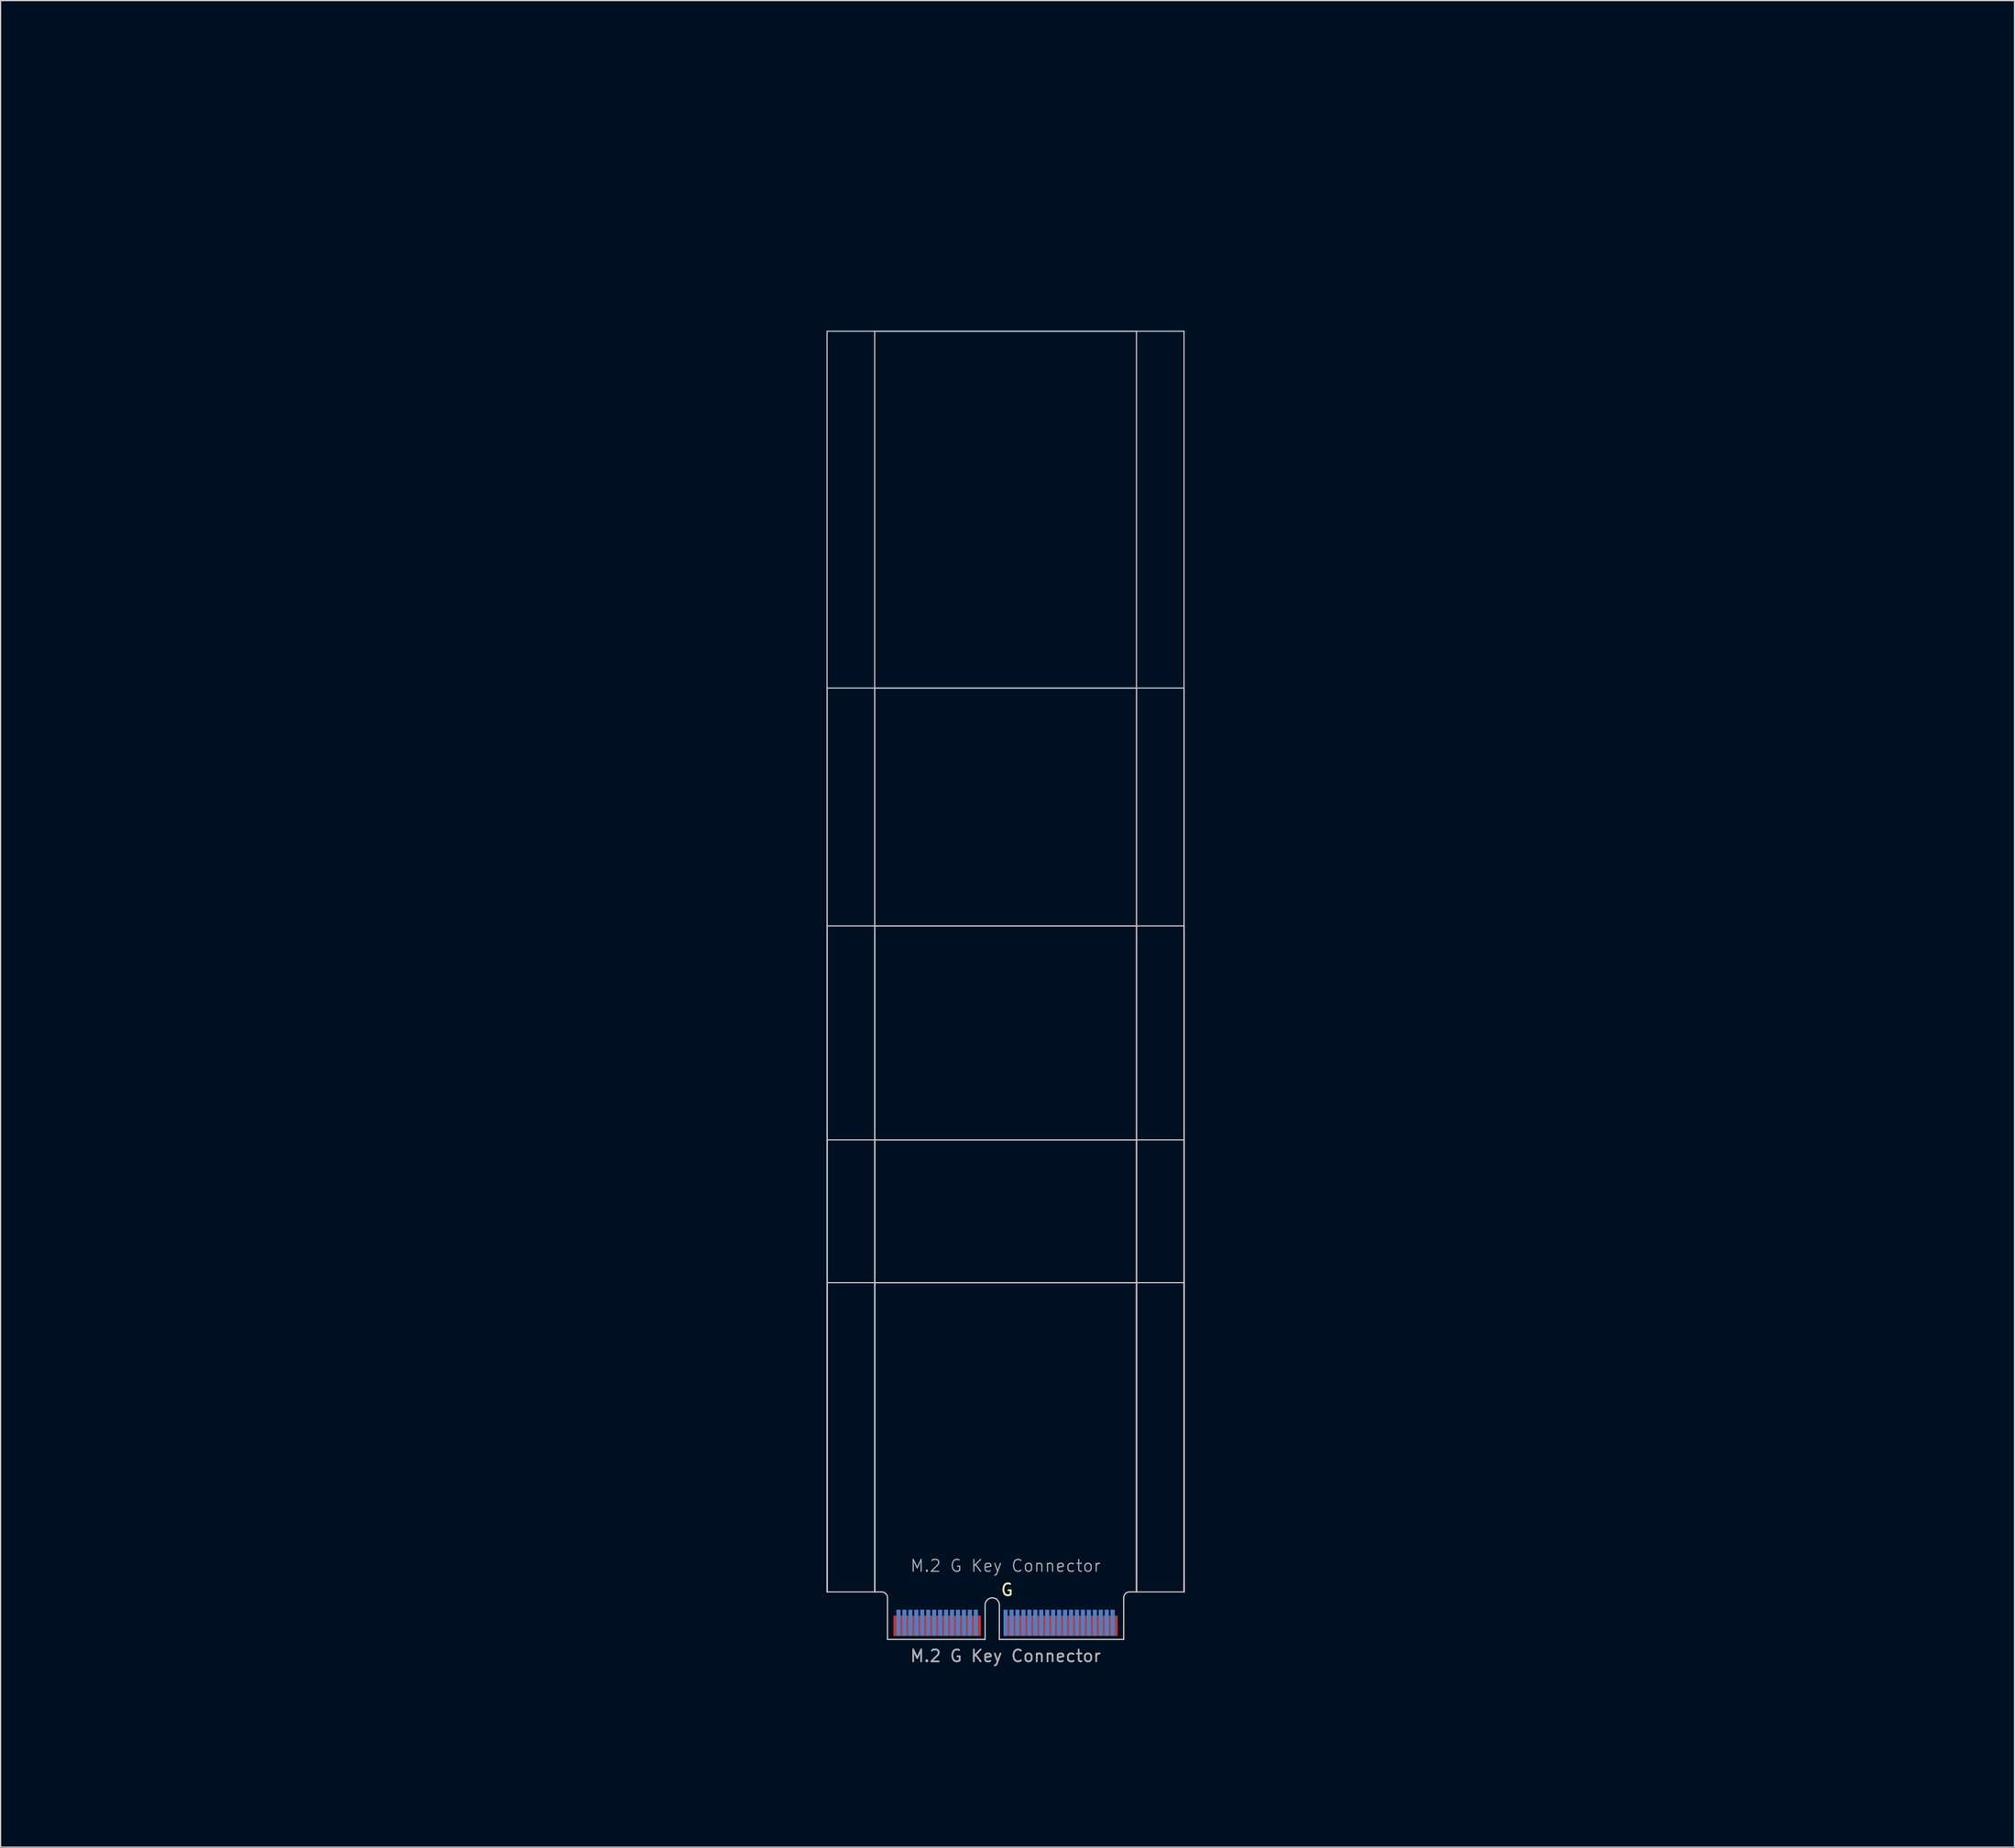
<source format=kicad_pcb>
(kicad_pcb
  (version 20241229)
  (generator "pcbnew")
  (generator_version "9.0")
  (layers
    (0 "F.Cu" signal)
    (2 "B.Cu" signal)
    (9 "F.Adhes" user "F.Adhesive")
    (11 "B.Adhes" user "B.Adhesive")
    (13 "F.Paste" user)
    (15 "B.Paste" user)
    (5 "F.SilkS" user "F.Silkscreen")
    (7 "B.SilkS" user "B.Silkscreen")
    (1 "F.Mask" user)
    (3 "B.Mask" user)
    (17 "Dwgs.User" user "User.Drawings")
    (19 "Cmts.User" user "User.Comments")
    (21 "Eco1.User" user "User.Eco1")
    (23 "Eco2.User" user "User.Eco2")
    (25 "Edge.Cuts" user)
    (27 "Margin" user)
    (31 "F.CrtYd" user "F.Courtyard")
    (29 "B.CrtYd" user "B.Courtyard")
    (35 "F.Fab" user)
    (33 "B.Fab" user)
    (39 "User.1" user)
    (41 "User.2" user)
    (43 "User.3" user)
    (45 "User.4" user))
  (footprint "M.2 G Key Connector"
    (layer "F.Cu")
    (at 81.459 133.687)
    (property "Reference" "M.2 G Key Connector" (at 0 -5.08 0) (unlocked yes) (layer "F.Fab") (effects (font (size 1 1) (thickness 0.1))))
    (attr exclude_from_pos_files exclude_from_bom)
    (fp_rect (start -9.925 -0.94) (end 9.925 1.11) (stroke (width 0) (type default)) (fill yes) (layer "F.Mask"))
    (fp_rect (start -9.925 -1.44) (end 9.925 1.11) (stroke (width 0) (type default)) (fill yes) (layer "B.Mask"))
    (fp_line (start -15 -108.89) (end 15 -108.89) (stroke (width 0.1) (type default)) (layer "Dwgs.User"))
    (fp_line (start -15 -78.89) (end 15 -78.89) (stroke (width 0.1) (type default)) (layer "Dwgs.User"))
    (fp_line (start -15 -58.89) (end 15 -58.89) (stroke (width 0.1) (type default)) (layer "Dwgs.User"))
    (fp_line (start -15 -40.89) (end 15 -40.89) (stroke (width 0.1) (type default)) (layer "Dwgs.User"))
    (fp_line (start -15 -28.89) (end 15 -28.89) (stroke (width 0.1) (type default)) (layer "Dwgs.User"))
    (fp_line (start -15 -2.89) (end -15 -108.89) (stroke (width 0.1) (type default)) (layer "Dwgs.User"))
    (fp_line (start -15 -2.89) (end -15 -78.89) (stroke (width 0.1) (type default)) (layer "Dwgs.User"))
    (fp_line (start -15 -2.89) (end -15 -58.89) (stroke (width 0.1) (type default)) (layer "Dwgs.User"))
    (fp_line (start -15 -2.89) (end -15 -40.89) (stroke (width 0.1) (type default)) (layer "Dwgs.User"))
    (fp_line (start -15 -2.89) (end -15 -28.89) (stroke (width 0.1) (type default)) (layer "Dwgs.User"))
    (fp_line (start -11 -108.89) (end 11 -108.89) (stroke (width 0.1) (type default)) (layer "Dwgs.User"))
    (fp_line (start -11 -78.89) (end 11 -78.89) (stroke (width 0.1) (type default)) (layer "Dwgs.User"))
    (fp_line (start -11 -58.89) (end 11 -58.89) (stroke (width 0.1) (type default)) (layer "Dwgs.User"))
    (fp_line (start -11 -40.89) (end 11 -40.89) (stroke (width 0.1) (type default)) (layer "Dwgs.User"))
    (fp_line (start -11 -28.89) (end 11 -28.89) (stroke (width 0.1) (type default)) (layer "Dwgs.User"))
    (fp_line (start -11 -2.89) (end -15 -2.89) (stroke (width 0.1) (type default)) (layer "Dwgs.User"))
    (fp_line (start -11 -2.89) (end -11 -108.89) (stroke (width 0.1) (type default)) (layer "Dwgs.User"))
    (fp_line (start -11 -2.89) (end -11 -78.89) (stroke (width 0.1) (type default)) (layer "Dwgs.User"))
    (fp_line (start -11 -2.89) (end -11 -58.89) (stroke (width 0.1) (type default)) (layer "Dwgs.User"))
    (fp_line (start -11 -2.89) (end -11 -40.89) (stroke (width 0.1) (type default)) (layer "Dwgs.User"))
    (fp_line (start -11 -2.89) (end -11 -28.89) (stroke (width 0.1) (type default)) (layer "Dwgs.User"))
    (fp_line (start 11 -108.89) (end 11 -2.89) (stroke (width 0.1) (type default)) (layer "Dwgs.User"))
    (fp_line (start 11 -78.89) (end 11 -2.89) (stroke (width 0.1) (type default)) (layer "Dwgs.User"))
    (fp_line (start 11 -58.89) (end 11 -2.89) (stroke (width 0.1) (type default)) (layer "Dwgs.User"))
    (fp_line (start 11 -40.89) (end 11 -2.89) (stroke (width 0.1) (type default)) (layer "Dwgs.User"))
    (fp_line (start 11 -28.89) (end 11 -2.89) (stroke (width 0.1) (type default)) (layer "Dwgs.User"))
    (fp_line (start 11 -2.89) (end 15 -2.89) (stroke (width 0.1) (type default)) (layer "Dwgs.User"))
    (fp_line (start 15 -108.89) (end 15 -2.89) (stroke (width 0.1) (type default)) (layer "Dwgs.User"))
    (fp_line (start 15 -78.89) (end 15 -2.89) (stroke (width 0.1) (type default)) (layer "Dwgs.User"))
    (fp_line (start 15 -40.89) (end 15 -2.89) (stroke (width 0.1) (type default)) (layer "Dwgs.User"))
    (fp_line (start 15 -28.89) (end 15 -2.89) (stroke (width 0.1) (type default)) (layer "Dwgs.User"))
    (fp_line (start 15 -2.89) (end 15 -58.89) (stroke (width 0.1) (type default)) (layer "Dwgs.User"))
    (fp_line (start -11 -2.89) (end -10.425 -2.89) (stroke (width 0.1) (type default)) (layer "Edge.Cuts"))
    (fp_line (start -9.925 -2.39) (end -9.925 1.11) (stroke (width 0.1) (type default)) (layer "Edge.Cuts"))
    (fp_line (start -1.72 -1.79) (end -1.72 1.11) (stroke (width 0.1) (type default)) (layer "Edge.Cuts"))
    (fp_line (start -1.72 1.11) (end -9.925 1.11) (stroke (width 0.1) (type default)) (layer "Edge.Cuts"))
    (fp_line (start -0.52 -1.79) (end -0.52 1.11) (stroke (width 0.1) (type default)) (layer "Edge.Cuts"))
    (fp_line (start -0.52 1.11) (end 9.925 1.11) (stroke (width 0.1) (type default)) (layer "Edge.Cuts"))
    (fp_line (start 9.925 -2.39) (end 9.925 1.11) (stroke (width 0.1) (type default)) (layer "Edge.Cuts"))
    (fp_line (start 10.425 -2.89) (end 11 -2.89) (stroke (width 0.1) (type default)) (layer "Edge.Cuts"))
    (fp_arc (start -10.425 -2.89) (mid -10.071447 -2.743553) (end -9.925 -2.39) (stroke (width 0.1) (type default)) (layer "Edge.Cuts"))
    (fp_arc (start -1.72 -1.79) (mid -1.12 -2.39) (end -0.52 -1.79) (stroke (width 0.1) (type default)) (layer "Edge.Cuts"))
    (fp_arc (start 9.925 -2.39) (mid 10.071447 -2.743553) (end 10.425 -2.89) (stroke (width 0.1) (type default)) (layer "Edge.Cuts"))
    (fp_line (start -0.71 -109.6) (end 0.71 -108.18) (stroke (width 0.15) (type default)) (layer "User.3"))
    (fp_line (start -0.71 -79.6) (end 0.71 -78.18) (stroke (width 0.15) (type default)) (layer "User.3"))
    (fp_line (start -0.71 -59.6) (end 0.71 -58.18) (stroke (width 0.15) (type default)) (layer "User.3"))
    (fp_line (start -0.71 -41.6) (end 0.71 -40.18) (stroke (width 0.15) (type default)) (layer "User.3"))
    (fp_line (start -0.71 -29.6) (end 0.71 -28.18) (stroke (width 0.15) (type default)) (layer "User.3"))
    (fp_line (start 0.71 -109.6) (end -0.71 -108.18) (stroke (width 0.15) (type default)) (layer "User.3"))
    (fp_line (start 0.71 -79.6) (end -0.71 -78.18) (stroke (width 0.15) (type default)) (layer "User.3"))
    (fp_line (start 0.71 -59.6) (end -0.71 -58.18) (stroke (width 0.15) (type default)) (layer "User.3"))
    (fp_line (start 0.71 -41.6) (end -0.71 -40.18) (stroke (width 0.15) (type default)) (layer "User.3"))
    (fp_line (start 0.71 -29.6) (end -0.71 -28.18) (stroke (width 0.15) (type default)) (layer "User.3"))
    (fp_rect (start -15 -108.89) (end 15 -105.09) (stroke (width 0.1) (type default)) (fill no) (layer "User.4"))
    (fp_rect (start -15 -78.89) (end 15 -75.09) (stroke (width 0.1) (type default)) (fill no) (layer "User.4"))
    (fp_rect (start -15 -58.89) (end 15 -55.09) (stroke (width 0.1) (type default)) (fill no) (layer "User.4"))
    (fp_rect (start -15 -40.89) (end 15 -37.09) (stroke (width 0.1) (type default)) (fill no) (layer "User.4"))
    (fp_rect (start -15 -28.89) (end 15 -25.09) (stroke (width 0.1) (type default)) (fill no) (layer "User.4"))
    (fp_text user "G" (at -0.475 -2.47 0) (unlocked yes) (layer "F.SilkS") (effects (font (size 1 1) (thickness 0.15)) (justify left bottom)))
    (fp_text user "${REFERENCE}" (at 0 2.5 0) (unlocked yes) (layer "F.Fab") (effects (font (size 1 1) (thickness 0.15))))
    (fp_text user "22, 30mm width and 30, 42, 60, 80, 110mm length shown in Blue (User.2 Layer)" (at 0.02 14.055 0) (unlocked yes) (layer "User.2") (effects (font (size 2 2) (thickness 0.2))))
    (fp_text user "Place grounded \"M.2 Mounting Pad\" footprint from library on Teal (User.3 Layer) X's" (at -0.13 9.4 0) (unlocked yes) (layer "User.3") (effects (font (size 2 2) (thickness 0.2))))
    (fp_text user "Yellow areas (User.4 Layer) reserverd for RF recepticals or for components when no RF recepticals used." (at 0.165 4.83 0) (unlocked yes) (layer "User.4") (effects (font (size 2 2) (thickness 0.2))))
    (dimension (type orthogonal) (layer "User.2") (pts (xy 70.459 24.797) (xy 92.459 24.797)) (height -12.48) (orientation 0) (format (prefix "") (suffix "") (units 3) (units_format 0) (precision 4) (suppress_zeroes yes)) (style (thickness 0.1) (arrow_length 1.27) (text_position_mode 0) (arrow_direction outward) (extension_height 0.586) (extension_offset 0.5) (keep_text_aligned yes)) (gr_text "22" (at 81.459 8.917 0) (layer "User.2") (effects (font (size 3 3) (thickness 0.4)))))
    (dimension (type orthogonal) (layer "User.2") (pts (xy 91.384 134.797) (xy 91.384 74.797)) (height 45.245) (orientation 1) (format (prefix "") (suffix "") (units 3) (units_format 0) (precision 4) (suppress_zeroes yes)) (style (thickness 0.1) (arrow_length 1.27) (text_position_mode 0) (arrow_direction outward) (extension_height 0.586) (extension_offset 0.5) (keep_text_aligned yes)) (gr_text "60" (at 133.329 104.797 90) (layer "User.2") (effects (font (size 3 3) (thickness 0.3)))))
    (dimension (type orthogonal) (layer "User.2") (pts (xy 91.369 134.797) (xy 91.369 54.797)) (height 58.985) (orientation 1) (format (prefix "") (suffix "") (units 3) (units_format 0) (precision 4) (suppress_zeroes yes)) (style (thickness 0.1) (arrow_length 1.27) (text_position_mode 0) (arrow_direction outward) (extension_height 0.586) (extension_offset 0.5) (keep_text_aligned yes)) (gr_text "80" (at 147.054 94.797 90) (layer "User.2") (effects (font (size 3 3) (thickness 0.3)))))
    (dimension (type orthogonal) (layer "User.2") (pts (xy 91.384 134.797) (xy 91.384 104.797)) (height 20.795) (orientation 1) (format (prefix "") (suffix "") (units 3) (units_format 0) (precision 4) (suppress_zeroes yes)) (style (thickness 0.1) (arrow_length 1.27) (text_position_mode 0) (arrow_direction outward) (extension_height 0.586) (extension_offset 0.5) (keep_text_aligned yes)) (gr_text "30" (at 108.879 119.797 90) (layer "User.2") (effects (font (size 3 3) (thickness 0.3)))))
    (dimension (type orthogonal) (layer "User.2") (pts (xy 91.384 134.797) (xy 91.384 92.797)) (height 32.695) (orientation 1) (format (prefix "") (suffix "") (units 3) (units_format 0) (precision 4) (suppress_zeroes yes)) (style (thickness 0.1) (arrow_length 1.27) (text_position_mode 0) (arrow_direction outward) (extension_height 0.586) (extension_offset 0.5) (keep_text_aligned yes)) (gr_text "42" (at 120.779 113.797 90) (layer "User.2") (effects (font (size 3 3) (thickness 0.3)))))
    (dimension (type orthogonal) (layer "User.2") (pts (xy 66.459 23.687) (xy 96.459 23.687)) (height -17.83) (orientation 0) (format (prefix "") (suffix "") (units 3) (units_format 0) (precision 4) (suppress_zeroes yes)) (style (thickness 0.1) (arrow_length 1.27) (text_position_mode 0) (arrow_direction outward) (extension_height 0.586) (extension_offset 0.5) (keep_text_aligned yes)) (gr_text "30" (at 81.459 2.457 0) (layer "User.2") (effects (font (size 3 3) (thickness 0.4)))))
    (dimension (type orthogonal) (layer "User.2") (pts (xy 91.384 134.797) (xy 91.384 24.797)) (height 69.74) (orientation 1) (format (prefix "") (suffix "") (units 3) (units_format 0) (precision 4) (suppress_zeroes yes)) (style (thickness 0.1) (arrow_length 1.27) (text_position_mode 0) (arrow_direction outward) (extension_height 0.586) (extension_offset 0.5) (keep_text_aligned yes)) (gr_text "110" (at 157.824 79.797 90) (layer "User.2") (effects (font (size 3 3) (thickness 0.3)))))
    (pad "1" smd rect (at 9.25 -0.04 180) (size 0.35 1.7) (layers "F.Cu"))
    (pad "2" smd rect (at 9 -0.29 180) (size 0.35 2.2) (layers "B.Cu"))
    (pad "3" smd rect (at 8.75 -0.04 180) (size 0.35 1.7) (layers "F.Cu"))
    (pad "4" smd rect (at 8.5 -0.29 180) (size 0.35 2.2) (layers "B.Cu"))
    (pad "5" smd rect (at 8.25 -0.04 180) (size 0.35 1.7) (layers "F.Cu"))
    (pad "6" smd rect (at 8 -0.29 180) (size 0.35 2.2) (layers "B.Cu"))
    (pad "7" smd rect (at 7.75 -0.04 180) (size 0.35 1.7) (layers "F.Cu"))
    (pad "8" smd rect (at 7.5 -0.29 180) (size 0.35 2.2) (layers "B.Cu"))
    (pad "9" smd rect (at 7.25 -0.04 180) (size 0.35 1.7) (layers "F.Cu"))
    (pad "10" smd rect (at 7 -0.29 180) (size 0.35 2.2) (layers "B.Cu"))
    (pad "11" smd rect (at 6.75 -0.04 180) (size 0.35 1.7) (layers "F.Cu"))
    (pad "12" smd rect (at 6.5 -0.29 180) (size 0.35 2.2) (layers "B.Cu"))
    (pad "13" smd rect (at 6.25 -0.04 180) (size 0.35 1.7) (layers "F.Cu"))
    (pad "14" smd rect (at 6 -0.29 180) (size 0.35 2.2) (layers "B.Cu"))
    (pad "15" smd rect (at 5.75 -0.04 180) (size 0.35 1.7) (layers "F.Cu"))
    (pad "16" smd rect (at 5.5 -0.29 180) (size 0.35 2.2) (layers "B.Cu"))
    (pad "17" smd rect (at 5.25 -0.04 180) (size 0.35 1.7) (layers "F.Cu"))
    (pad "18" smd rect (at 5 -0.29 180) (size 0.35 2.2) (layers "B.Cu"))
    (pad "19" smd rect (at 4.75 -0.04 180) (size 0.35 1.7) (layers "F.Cu"))
    (pad "20" smd rect (at 4.5 -0.29 180) (size 0.35 2.2) (layers "B.Cu"))
    (pad "21" smd rect (at 4.25 -0.04 180) (size 0.35 1.7) (layers "F.Cu"))
    (pad "22" smd rect (at 4 -0.29 180) (size 0.35 2.2) (layers "B.Cu"))
    (pad "23" smd rect (at 3.75 -0.04 180) (size 0.35 1.7) (layers "F.Cu"))
    (pad "24" smd rect (at 3.5 -0.29 180) (size 0.35 2.2) (layers "B.Cu"))
    (pad "25" smd rect (at 3.25 -0.04 180) (size 0.35 1.7) (layers "F.Cu"))
    (pad "26" smd rect (at 3 -0.29 180) (size 0.35 2.2) (layers "B.Cu"))
    (pad "27" smd rect (at 2.75 -0.04 180) (size 0.35 1.7) (layers "F.Cu"))
    (pad "28" smd rect (at 2.5 -0.29 180) (size 0.35 2.2) (layers "B.Cu"))
    (pad "29" smd rect (at 2.25 -0.04 180) (size 0.35 1.7) (layers "F.Cu"))
    (pad "30" smd rect (at 2 -0.29 180) (size 0.35 2.2) (layers "B.Cu"))
    (pad "31" smd rect (at 1.75 -0.04 180) (size 0.35 1.7) (layers "F.Cu"))
    (pad "32" smd rect (at 1.5 -0.29 180) (size 0.35 2.2) (layers "B.Cu"))
    (pad "33" smd rect (at 1.25 -0.04 180) (size 0.35 1.7) (layers "F.Cu"))
    (pad "34" smd rect (at 1 -0.29 180) (size 0.35 2.2) (layers "B.Cu"))
    (pad "35" smd rect (at 0.75 -0.04 180) (size 0.35 1.7) (layers "F.Cu"))
    (pad "36" smd rect (at 0.5 -0.29 180) (size 0.35 2.2) (layers "B.Cu"))
    (pad "37" smd rect (at 0.25 -0.04 180) (size 0.35 1.7) (layers "F.Cu"))
    (pad "38" smd rect (at 0 -0.29 180) (size 0.35 2.2) (layers "B.Cu"))
    (pad "47" smd rect (at -2.25 -0.04 180) (size 0.35 1.7) (layers "F.Cu"))
    (pad "48" smd rect (at -2.5 -0.29 180) (size 0.35 2.2) (layers "B.Cu"))
    (pad "49" smd rect (at -2.75 -0.04 180) (size 0.35 1.7) (layers "F.Cu"))
    (pad "50" smd rect (at -3 -0.29 180) (size 0.35 2.2) (layers "B.Cu"))
    (pad "51" smd rect (at -3.25 -0.04 180) (size 0.35 1.7) (layers "F.Cu"))
    (pad "52" smd rect (at -3.5 -0.29 180) (size 0.35 2.2) (layers "B.Cu"))
    (pad "53" smd rect (at -3.75 -0.04 180) (size 0.35 1.7) (layers "F.Cu"))
    (pad "54" smd rect (at -4 -0.29 180) (size 0.35 2.2) (layers "B.Cu"))
    (pad "55" smd rect (at -4.25 -0.04 180) (size 0.35 1.7) (layers "F.Cu"))
    (pad "56" smd rect (at -4.5 -0.29 180) (size 0.35 2.2) (layers "B.Cu"))
    (pad "57" smd rect (at -4.75 -0.04 180) (size 0.35 1.7) (layers "F.Cu"))
    (pad "58" smd rect (at -5 -0.29 180) (size 0.35 2.2) (layers "B.Cu"))
    (pad "59" smd rect (at -5.25 -0.04 180) (size 0.35 1.7) (layers "F.Cu"))
    (pad "60" smd rect (at -5.5 -0.29 180) (size 0.35 2.2) (layers "B.Cu"))
    (pad "61" smd rect (at -5.75 -0.04 180) (size 0.35 1.7) (layers "F.Cu"))
    (pad "62" smd rect (at -6 -0.29 180) (size 0.35 2.2) (layers "B.Cu"))
    (pad "63" smd rect (at -6.25 -0.04 180) (size 0.35 1.7) (layers "F.Cu"))
    (pad "64" smd rect (at -6.5 -0.29 180) (size 0.35 2.2) (layers "B.Cu"))
    (pad "65" smd rect (at -6.75 -0.04 180) (size 0.35 1.7) (layers "F.Cu"))
    (pad "66" smd rect (at -7 -0.29 180) (size 0.35 2.2) (layers "B.Cu"))
    (pad "67" smd rect (at -7.25 -0.04 180) (size 0.35 1.7) (layers "F.Cu"))
    (pad "68" smd rect (at -7.5 -0.29 180) (size 0.35 2.2) (layers "B.Cu"))
    (pad "69" smd rect (at -7.75 -0.04 180) (size 0.35 1.7) (layers "F.Cu"))
    (pad "70" smd rect (at -8 -0.29 180) (size 0.35 2.2) (layers "B.Cu"))
    (pad "71" smd rect (at -8.25 -0.04 180) (size 0.35 1.7) (layers "F.Cu"))
    (pad "72" smd rect (at -8.5 -0.29 180) (size 0.35 2.2) (layers "B.Cu"))
    (pad "73" smd rect (at -8.75 -0.04 180) (size 0.35 1.7) (layers "F.Cu"))
    (pad "74" smd rect (at -9 -0.29 180) (size 0.35 2.2) (layers "B.Cu"))
    (pad "75" smd rect (at -9.25 -0.04 180) (size 0.35 1.7) (layers "F.Cu"))
    (zone (net_name "") (layer "F.Cu") (name "Front Component Keepout") (hatch edge 0.5) (connect_pads) (min_thickness 0.25) (filled_areas_thickness no) (keepout (tracks allowed) (vias allowed) (pads not_allowed) (copperpour allowed) (footprints not_allowed)) (placement (enabled no)) (fill) (polygon (pts (xy 92.459 130.797) (xy 92.459 134.797) (xy 70.459 134.797) (xy 70.459 130.797))))
    (zone (net_name "") (layer "B.Cu") (name "Rear Component Keepout") (hatch full 0.5) (connect_pads) (min_thickness 0.25) (filled_areas_thickness no) (keepout (tracks allowed) (vias allowed) (pads not_allowed) (copperpour allowed) (footprints not_allowed)) (placement (enabled no)) (fill) (polygon (pts (xy 96.459 134.797) (xy 96.459 129.597) (xy 66.459 129.597) (xy 66.459 134.797)))))
  (gr_rect
    (start -3 -3)
    (end 166.248 152.263)
    (stroke (width 0.1) (type default))
    (fill no)
    (layer "Edge.Cuts")))
</source>
